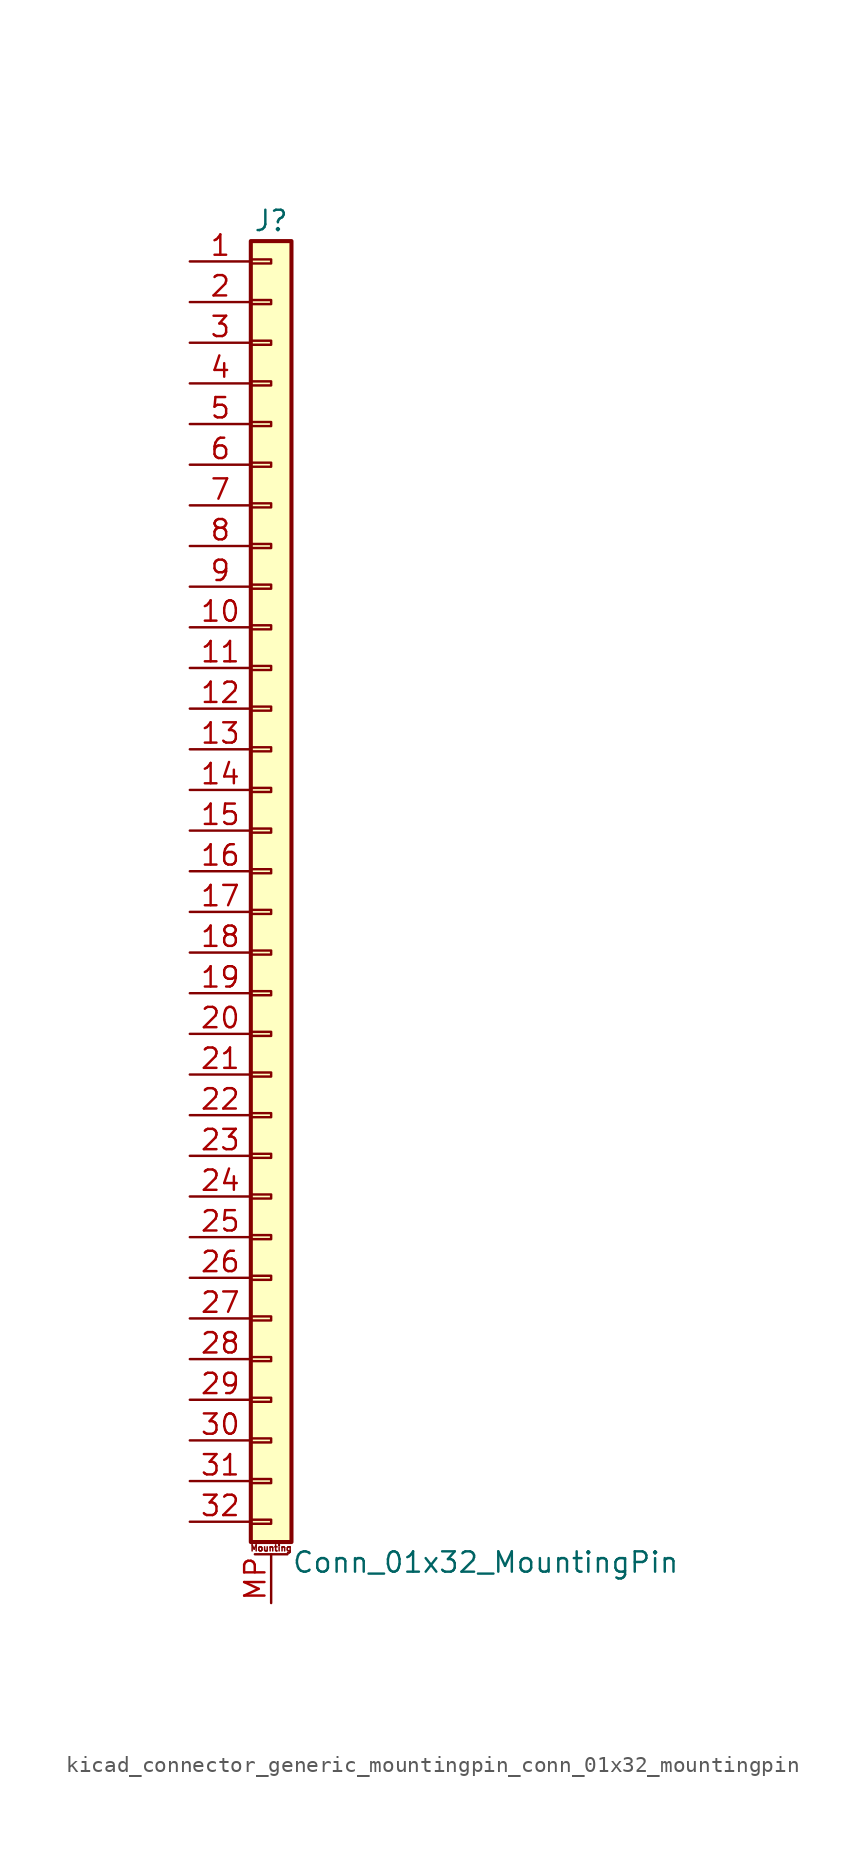
<source format=kicad_sym>
(kicad_symbol_lib
  (version 20220914)
  (generator kicad_symbol_editor)
  (symbol "kicad_connector_generic_mountingpin_conn_01x32_mountingpin"
    (pin_names
      (offset 1.016) hide)
    (property "Reference" "J"
      (at 0 40.64 0)
      (effects (font (size 1.27 1.27))))
    (property "Value" "Conn_01x32_MountingPin"
      (at 1.27 -43.18 0)
      (effects (font (size 1.27 1.27)) (justify left)))
    (symbol "kicad_connector_generic_mountingpin_conn_01x32_mountingpin_1_1"
      (rectangle (start -1.27 -40.513) (end 0 -40.767) (stroke (width 0.152) (type default)) (fill (type none)))
      (rectangle (start -1.27 -37.973) (end 0 -38.227) (stroke (width 0.152) (type default)) (fill (type none)))
      (rectangle (start -1.27 -35.433) (end 0 -35.687) (stroke (width 0.152) (type default)) (fill (type none)))
      (rectangle (start -1.27 -32.893) (end 0 -33.147) (stroke (width 0.152) (type default)) (fill (type none)))
      (rectangle (start -1.27 -30.353) (end 0 -30.607) (stroke (width 0.152) (type default)) (fill (type none)))
      (rectangle (start -1.27 -27.813) (end 0 -28.067) (stroke (width 0.152) (type default)) (fill (type none)))
      (rectangle (start -1.27 -25.273) (end 0 -25.527) (stroke (width 0.152) (type default)) (fill (type none)))
      (rectangle (start -1.27 -22.733) (end 0 -22.987) (stroke (width 0.152) (type default)) (fill (type none)))
      (rectangle (start -1.27 -20.193) (end 0 -20.447) (stroke (width 0.152) (type default)) (fill (type none)))
      (rectangle (start -1.27 -17.653) (end 0 -17.907) (stroke (width 0.152) (type default)) (fill (type none)))
      (rectangle (start -1.27 -15.113) (end 0 -15.367) (stroke (width 0.152) (type default)) (fill (type none)))
      (rectangle (start -1.27 -12.573) (end 0 -12.827) (stroke (width 0.152) (type default)) (fill (type none)))
      (rectangle (start -1.27 -10.033) (end 0 -10.287) (stroke (width 0.152) (type default)) (fill (type none)))
      (rectangle (start -1.27 -7.493) (end 0 -7.747) (stroke (width 0.152) (type default)) (fill (type none)))
      (rectangle (start -1.27 -4.953) (end 0 -5.207) (stroke (width 0.152) (type default)) (fill (type none)))
      (rectangle (start -1.27 -2.413) (end 0 -2.667) (stroke (width 0.152) (type default)) (fill (type none)))
      (rectangle (start -1.27 0.127) (end 0 -0.127) (stroke (width 0.152) (type default)) (fill (type none)))
      (rectangle (start -1.27 2.667) (end 0 2.413) (stroke (width 0.152) (type default)) (fill (type none)))
      (rectangle (start -1.27 5.207) (end 0 4.953) (stroke (width 0.152) (type default)) (fill (type none)))
      (rectangle (start -1.27 7.747) (end 0 7.493) (stroke (width 0.152) (type default)) (fill (type none)))
      (rectangle (start -1.27 10.287) (end 0 10.033) (stroke (width 0.152) (type default)) (fill (type none)))
      (rectangle (start -1.27 12.827) (end 0 12.573) (stroke (width 0.152) (type default)) (fill (type none)))
      (rectangle (start -1.27 15.367) (end 0 15.113) (stroke (width 0.152) (type default)) (fill (type none)))
      (rectangle (start -1.27 17.907) (end 0 17.653) (stroke (width 0.152) (type default)) (fill (type none)))
      (rectangle (start -1.27 20.447) (end 0 20.193) (stroke (width 0.152) (type default)) (fill (type none)))
      (rectangle (start -1.27 22.987) (end 0 22.733) (stroke (width 0.152) (type default)) (fill (type none)))
      (rectangle (start -1.27 25.527) (end 0 25.273) (stroke (width 0.152) (type default)) (fill (type none)))
      (rectangle (start -1.27 28.067) (end 0 27.813) (stroke (width 0.152) (type default)) (fill (type none)))
      (rectangle (start -1.27 30.607) (end 0 30.353) (stroke (width 0.152) (type default)) (fill (type none)))
      (rectangle (start -1.27 33.147) (end 0 32.893) (stroke (width 0.152) (type default)) (fill (type none)))
      (rectangle (start -1.27 35.687) (end 0 35.433) (stroke (width 0.152) (type default)) (fill (type none)))
      (rectangle (start -1.27 38.227) (end 0 37.973) (stroke (width 0.152) (type default)) (fill (type none)))
      (rectangle (start -1.27 39.37) (end 1.27 -41.91) (stroke (width 0.254) (type default)) (fill (type background)))
      (polyline (pts (xy -1.016 -42.672) (xy 1.016 -42.672)) (stroke (width 0.152) (type default)) (fill (type none)))
      (text "Mounting" (at 0 -42.291 0) (effects (font (size 0.381 0.381))))
      (pin passive line (at -5.08 38.1 0) (length 3.81) (name "Pin_1" (effects (font (size 1.27 1.27)))) (number "1" (effects (font (size 1.27 1.27)))))
      (pin passive line (at -5.08 15.24 0) (length 3.81) (name "Pin_10" (effects (font (size 1.27 1.27)))) (number "10" (effects (font (size 1.27 1.27)))))
      (pin passive line (at -5.08 12.7 0) (length 3.81) (name "Pin_11" (effects (font (size 1.27 1.27)))) (number "11" (effects (font (size 1.27 1.27)))))
      (pin passive line (at -5.08 10.16 0) (length 3.81) (name "Pin_12" (effects (font (size 1.27 1.27)))) (number "12" (effects (font (size 1.27 1.27)))))
      (pin passive line (at -5.08 7.62 0) (length 3.81) (name "Pin_13" (effects (font (size 1.27 1.27)))) (number "13" (effects (font (size 1.27 1.27)))))
      (pin passive line (at -5.08 5.08 0) (length 3.81) (name "Pin_14" (effects (font (size 1.27 1.27)))) (number "14" (effects (font (size 1.27 1.27)))))
      (pin passive line (at -5.08 2.54 0) (length 3.81) (name "Pin_15" (effects (font (size 1.27 1.27)))) (number "15" (effects (font (size 1.27 1.27)))))
      (pin passive line (at -5.08 0 0) (length 3.81) (name "Pin_16" (effects (font (size 1.27 1.27)))) (number "16" (effects (font (size 1.27 1.27)))))
      (pin passive line (at -5.08 -2.54 0) (length 3.81) (name "Pin_17" (effects (font (size 1.27 1.27)))) (number "17" (effects (font (size 1.27 1.27)))))
      (pin passive line (at -5.08 -5.08 0) (length 3.81) (name "Pin_18" (effects (font (size 1.27 1.27)))) (number "18" (effects (font (size 1.27 1.27)))))
      (pin passive line (at -5.08 -7.62 0) (length 3.81) (name "Pin_19" (effects (font (size 1.27 1.27)))) (number "19" (effects (font (size 1.27 1.27)))))
      (pin passive line (at -5.08 35.56 0) (length 3.81) (name "Pin_2" (effects (font (size 1.27 1.27)))) (number "2" (effects (font (size 1.27 1.27)))))
      (pin passive line (at -5.08 -10.16 0) (length 3.81) (name "Pin_20" (effects (font (size 1.27 1.27)))) (number "20" (effects (font (size 1.27 1.27)))))
      (pin passive line (at -5.08 -12.7 0) (length 3.81) (name "Pin_21" (effects (font (size 1.27 1.27)))) (number "21" (effects (font (size 1.27 1.27)))))
      (pin passive line (at -5.08 -15.24 0) (length 3.81) (name "Pin_22" (effects (font (size 1.27 1.27)))) (number "22" (effects (font (size 1.27 1.27)))))
      (pin passive line (at -5.08 -17.78 0) (length 3.81) (name "Pin_23" (effects (font (size 1.27 1.27)))) (number "23" (effects (font (size 1.27 1.27)))))
      (pin passive line (at -5.08 -20.32 0) (length 3.81) (name "Pin_24" (effects (font (size 1.27 1.27)))) (number "24" (effects (font (size 1.27 1.27)))))
      (pin passive line (at -5.08 -22.86 0) (length 3.81) (name "Pin_25" (effects (font (size 1.27 1.27)))) (number "25" (effects (font (size 1.27 1.27)))))
      (pin passive line (at -5.08 -25.4 0) (length 3.81) (name "Pin_26" (effects (font (size 1.27 1.27)))) (number "26" (effects (font (size 1.27 1.27)))))
      (pin passive line (at -5.08 -27.94 0) (length 3.81) (name "Pin_27" (effects (font (size 1.27 1.27)))) (number "27" (effects (font (size 1.27 1.27)))))
      (pin passive line (at -5.08 -30.48 0) (length 3.81) (name "Pin_28" (effects (font (size 1.27 1.27)))) (number "28" (effects (font (size 1.27 1.27)))))
      (pin passive line (at -5.08 -33.02 0) (length 3.81) (name "Pin_29" (effects (font (size 1.27 1.27)))) (number "29" (effects (font (size 1.27 1.27)))))
      (pin passive line (at -5.08 33.02 0) (length 3.81) (name "Pin_3" (effects (font (size 1.27 1.27)))) (number "3" (effects (font (size 1.27 1.27)))))
      (pin passive line (at -5.08 -35.56 0) (length 3.81) (name "Pin_30" (effects (font (size 1.27 1.27)))) (number "30" (effects (font (size 1.27 1.27)))))
      (pin passive line (at -5.08 -38.1 0) (length 3.81) (name "Pin_31" (effects (font (size 1.27 1.27)))) (number "31" (effects (font (size 1.27 1.27)))))
      (pin passive line (at -5.08 -40.64 0) (length 3.81) (name "Pin_32" (effects (font (size 1.27 1.27)))) (number "32" (effects (font (size 1.27 1.27)))))
      (pin passive line (at -5.08 30.48 0) (length 3.81) (name "Pin_4" (effects (font (size 1.27 1.27)))) (number "4" (effects (font (size 1.27 1.27)))))
      (pin passive line (at -5.08 27.94 0) (length 3.81) (name "Pin_5" (effects (font (size 1.27 1.27)))) (number "5" (effects (font (size 1.27 1.27)))))
      (pin passive line (at -5.08 25.4 0) (length 3.81) (name "Pin_6" (effects (font (size 1.27 1.27)))) (number "6" (effects (font (size 1.27 1.27)))))
      (pin passive line (at -5.08 22.86 0) (length 3.81) (name "Pin_7" (effects (font (size 1.27 1.27)))) (number "7" (effects (font (size 1.27 1.27)))))
      (pin passive line (at -5.08 20.32 0) (length 3.81) (name "Pin_8" (effects (font (size 1.27 1.27)))) (number "8" (effects (font (size 1.27 1.27)))))
      (pin passive line (at -5.08 17.78 0) (length 3.81) (name "Pin_9" (effects (font (size 1.27 1.27)))) (number "9" (effects (font (size 1.27 1.27)))))
      (pin passive line (at 0 -45.72 90) (length 3.048) (name "MountPin" (effects (font (size 1.27 1.27)))) (number "MP" (effects (font (size 1.27 1.27))))))))
</source>
